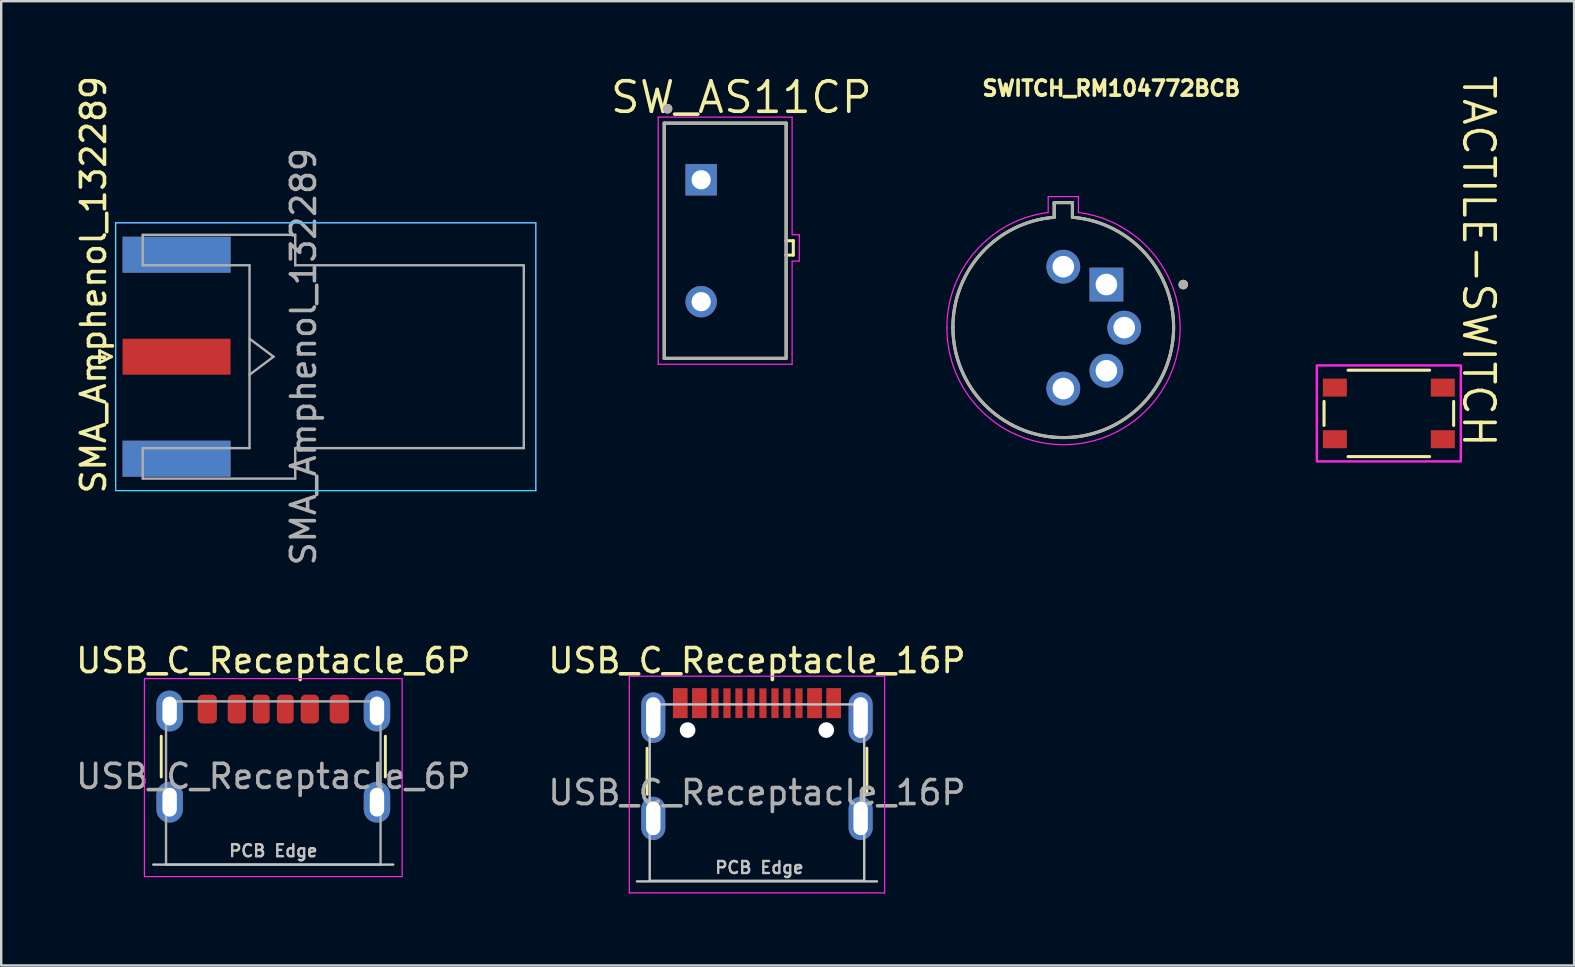
<source format=kicad_pcb>
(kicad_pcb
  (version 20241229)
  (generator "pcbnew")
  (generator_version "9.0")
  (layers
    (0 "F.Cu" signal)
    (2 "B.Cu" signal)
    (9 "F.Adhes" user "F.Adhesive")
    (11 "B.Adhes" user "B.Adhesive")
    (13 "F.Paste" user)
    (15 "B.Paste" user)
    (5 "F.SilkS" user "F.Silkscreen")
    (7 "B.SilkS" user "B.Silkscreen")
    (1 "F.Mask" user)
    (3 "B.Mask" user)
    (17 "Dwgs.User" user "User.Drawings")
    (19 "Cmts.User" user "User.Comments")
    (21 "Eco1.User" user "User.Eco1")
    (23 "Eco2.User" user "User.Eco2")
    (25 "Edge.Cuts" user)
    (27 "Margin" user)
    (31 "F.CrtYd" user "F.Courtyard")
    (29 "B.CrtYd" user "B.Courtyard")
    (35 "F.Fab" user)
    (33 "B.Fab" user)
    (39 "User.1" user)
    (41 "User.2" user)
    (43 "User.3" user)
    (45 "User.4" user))
  (footprint "SW_AS11CP"
    (layer "F.Cu")
    (at 27.169 6.981)
    (property "Reference" "SW_AS11CP" (at 0.675 -5.975 0) (layer "F.SilkS") (effects (font (size 1.27 1.27) (thickness 0.15))))
    (attr through_hole)
    (fp_line (start -2.54 -4.9) (end 2.54 -4.9) (stroke (width 0.127) (type solid)) (layer "F.SilkS"))
    (fp_line (start -2.54 4.9) (end -2.54 -4.9) (stroke (width 0.127) (type solid)) (layer "F.SilkS"))
    (fp_line (start 2.54 -4.9) (end 2.54 0) (stroke (width 0.127) (type solid)) (layer "F.SilkS"))
    (fp_line (start 2.54 0) (end 2.54 0.6) (stroke (width 0.127) (type solid)) (layer "F.SilkS"))
    (fp_line (start 2.54 0) (end 2.84 0) (stroke (width 0.127) (type solid)) (layer "F.SilkS"))
    (fp_line (start 2.54 0.6) (end 2.54 4.9) (stroke (width 0.127) (type solid)) (layer "F.SilkS"))
    (fp_line (start 2.54 4.9) (end -2.54 4.9) (stroke (width 0.127) (type solid)) (layer "F.SilkS"))
    (fp_line (start 2.84 0) (end 2.84 0.6) (stroke (width 0.127) (type solid)) (layer "F.SilkS"))
    (fp_line (start 2.84 0.6) (end 2.54 0.6) (stroke (width 0.127) (type solid)) (layer "F.SilkS"))
    (fp_circle (center -2.4 -5.5) (end -2.3 -5.5) (stroke (width 0.2) (type solid)) (fill no) (layer "F.SilkS"))
    (fp_line (start -2.79 -5.15) (end 2.79 -5.15) (stroke (width 0.05) (type solid)) (layer "F.CrtYd"))
    (fp_line (start -2.79 5.15) (end -2.79 -5.15) (stroke (width 0.05) (type solid)) (layer "F.CrtYd"))
    (fp_line (start 2.79 -5.15) (end 2.79 -0.25) (stroke (width 0.05) (type solid)) (layer "F.CrtYd"))
    (fp_line (start 2.79 -0.25) (end 3.09 -0.25) (stroke (width 0.05) (type solid)) (layer "F.CrtYd"))
    (fp_line (start 2.79 0.85) (end 2.79 5.15) (stroke (width 0.05) (type solid)) (layer "F.CrtYd"))
    (fp_line (start 2.79 5.15) (end -2.79 5.15) (stroke (width 0.05) (type solid)) (layer "F.CrtYd"))
    (fp_line (start 3.09 -0.25) (end 3.09 0.85) (stroke (width 0.05) (type solid)) (layer "F.CrtYd"))
    (fp_line (start 3.09 0.85) (end 2.79 0.85) (stroke (width 0.05) (type solid)) (layer "F.CrtYd"))
    (fp_line (start -2.54 -4.9) (end 2.54 -4.9) (stroke (width 0.127) (type solid)) (layer "F.Fab"))
    (fp_line (start -2.54 4.9) (end -2.54 -4.9) (stroke (width 0.127) (type solid)) (layer "F.Fab"))
    (fp_line (start 2.54 -4.9) (end 2.54 4.9) (stroke (width 0.127) (type solid)) (layer "F.Fab"))
    (fp_line (start 2.54 4.9) (end -2.54 4.9) (stroke (width 0.127) (type solid)) (layer "F.Fab"))
    (fp_circle (center -2.4 -5.5) (end -2.3 -5.5) (stroke (width 0.2) (type solid)) (fill no) (layer "F.Fab"))
    (pad "1" thru_hole rect (at -1 -2.54) (size 1.308 1.308) (drill 0.8) (layers "*.Cu" "*.Mask"))
    (pad "3" thru_hole circle (at -1 2.54) (size 1.308 1.308) (drill 0.8) (layers "*.Cu" "*.Mask")))
  (footprint "TACTILE-SWITCH"
    (layer "F.Cu")
    (at 54.826 14.178)
    (property "Reference" "TACTILE-SWITCH" (at 3 1.5 270) (unlocked yes) (layer "F.SilkS") (effects (font (size 1.27 1.27) (thickness 0.15)) (justify right bottom)))
    (fp_line (start -2.7 -0.5) (end -2.7 0.5) (stroke (width 0.127) (type solid)) (layer "F.SilkS"))
    (fp_line (start -1.7 -1.8) (end 1.7 -1.8) (stroke (width 0.127) (type solid)) (layer "F.SilkS"))
    (fp_line (start -1.7 1.8) (end 1.7 1.8) (stroke (width 0.127) (type solid)) (layer "F.SilkS"))
    (fp_line (start 2.7 -0.5) (end 2.7 0.5) (stroke (width 0.127) (type solid)) (layer "F.SilkS"))
    (fp_rect (start -3 -2) (end 3 2) (stroke (width 0.1) (type default)) (fill no) (layer "F.CrtYd"))
    (pad "1" smd rect (at -2.25 1.075) (size 1 0.75) (layers "F.Cu" "F.Mask" "F.Paste"))
    (pad "2" smd rect (at 2.25 1.075) (size 1 0.75) (layers "F.Cu" "F.Mask" "F.Paste"))
    (pad "3" smd rect (at -2.25 -1.075) (size 1 0.75) (layers "F.Cu" "F.Mask" "F.Paste"))
    (pad "4" smd rect (at 2.25 -1.075) (size 1 0.75) (layers "F.Cu" "F.Mask" "F.Paste")))
  (footprint "USB_C_Receptacle_16P"
    (layer "F.Cu")
    (at 28.494 29.979)
    (property "Reference" "USB_C_Receptacle_16P" (at 0 -5.5 0) (layer "F.SilkS") (effects (font (size 1 1) (thickness 0.15))))
    (attr smd)
    (fp_line (start -4.58 -1.85) (end -4.58 0.07) (stroke (width 0.12) (type solid)) (layer "F.SilkS"))
    (fp_line (start 4.58 0.07) (end 4.58 -1.85) (stroke (width 0.12) (type solid)) (layer "F.SilkS"))
    (fp_line (start -4.47 -3.675) (end -4.47 3.675) (stroke (width 0.1) (type solid)) (layer "Dwgs.User"))
    (fp_line (start -4.47 -3.675) (end 4.47 -3.675) (stroke (width 0.1) (type solid)) (layer "Dwgs.User"))
    (fp_line (start -4.47 3.675) (end 4.47 3.675) (stroke (width 0.1) (type solid)) (layer "Dwgs.User"))
    (fp_line (start 4.47 3.675) (end 4.47 -3.675) (stroke (width 0.1) (type solid)) (layer "Dwgs.User"))
    (fp_line (start 5 3.7) (end -5 3.7) (stroke (width 0.1) (type solid)) (layer "Dwgs.User"))
    (fp_line (start -5.32 -4.85) (end 5.32 -4.85) (stroke (width 0.05) (type solid)) (layer "F.CrtYd"))
    (fp_line (start -5.32 4.18) (end -5.32 -4.85) (stroke (width 0.05) (type solid)) (layer "F.CrtYd"))
    (fp_line (start 5.32 -4.85) (end 5.32 4.18) (stroke (width 0.05) (type solid)) (layer "F.CrtYd"))
    (fp_line (start 5.32 4.18) (end -5.32 4.18) (stroke (width 0.05) (type solid)) (layer "F.CrtYd"))
    (fp_text user "PCB Edge" (at 0.1 3.125 0) (unlocked yes) (layer "Dwgs.User") (effects (font (size 0.5 0.5) (thickness 0.1))))
    (fp_text user "${REFERENCE}" (at 0 0 0) (layer "F.Fab") (effects (font (size 1 1) (thickness 0.15))))
    (pad "" np_thru_hole circle (at -2.89 -2.605) (size 0.65 0.65) (drill 0.65) (layers "*.Cu" "*.Mask"))
    (pad "" np_thru_hole circle (at 2.89 -2.605) (size 0.65 0.65) (drill 0.65) (layers "*.Cu" "*.Mask"))
    (pad "A1" smd rect (at -3.2 -3.725) (size 0.6 1.24) (layers "F.Cu" "F.Mask" "F.Paste"))
    (pad "A4" smd rect (at -2.4 -3.725) (size 0.6 1.24) (layers "F.Cu" "F.Mask" "F.Paste"))
    (pad "A5" smd rect (at -1.25 -3.725) (size 0.3 1.24) (layers "F.Cu" "F.Mask" "F.Paste"))
    (pad "A6" smd rect (at -0.25 -3.725) (size 0.3 1.24) (layers "F.Cu" "F.Mask" "F.Paste"))
    (pad "A7" smd rect (at 0.25 -3.725) (size 0.3 1.24) (layers "F.Cu" "F.Mask" "F.Paste"))
    (pad "A8" smd rect (at 1.25 -3.725) (size 0.3 1.24) (layers "F.Cu" "F.Mask" "F.Paste"))
    (pad "A9" smd rect (at 2.4 -3.725) (size 0.6 1.24) (layers "F.Cu" "F.Mask" "F.Paste"))
    (pad "A12" smd rect (at 3.2 -3.725) (size 0.6 1.24) (layers "F.Cu" "F.Mask" "F.Paste"))
    (pad "B1" smd rect (at 3.2 -3.725) (size 0.6 1.24) (layers "F.Cu" "F.Mask" "F.Paste"))
    (pad "B4" smd rect (at 2.4 -3.725) (size 0.6 1.24) (layers "F.Cu" "F.Mask" "F.Paste"))
    (pad "B5" smd rect (at 1.75 -3.725) (size 0.3 1.24) (layers "F.Cu" "F.Mask" "F.Paste"))
    (pad "B6" smd rect (at 0.75 -3.725) (size 0.3 1.24) (layers "F.Cu" "F.Mask" "F.Paste"))
    (pad "B7" smd rect (at -0.75 -3.725) (size 0.3 1.24) (layers "F.Cu" "F.Mask" "F.Paste"))
    (pad "B8" smd rect (at -1.75 -3.725) (size 0.3 1.24) (layers "F.Cu" "F.Mask" "F.Paste"))
    (pad "B9" smd rect (at -2.4 -3.725) (size 0.6 1.24) (layers "F.Cu" "F.Mask" "F.Paste"))
    (pad "B12" smd rect (at -3.2 -3.725) (size 0.6 1.24) (layers "F.Cu" "F.Mask" "F.Paste"))
    (pad "S1" thru_hole oval (at -4.32 -3.125) (size 1 2.1) (drill oval 0.6 1.7) (layers "*.Cu" "*.Mask"))
    (pad "S1" thru_hole oval (at -4.32 1.075) (size 1 1.8) (drill oval 0.6 1.4) (layers "*.Cu" "*.Mask"))
    (pad "S1" thru_hole oval (at 4.32 -3.125) (size 1 2.1) (drill oval 0.6 1.7) (layers "*.Cu" "*.Mask"))
    (pad "S1" thru_hole oval (at 4.32 1.075) (size 1 1.8) (drill oval 0.6 1.4) (layers "*.Cu" "*.Mask")))
  (footprint "USB_C_Receptacle_6P"
    (layer "F.Cu")
    (at 8.339 29.579)
    (property "Reference" "USB_C_Receptacle_6P" (at 0 -5.1 0) (unlocked yes) (layer "F.SilkS") (effects (font (size 1 1) (thickness 0.15))))
    (attr smd)
    (fp_line (start -4.67 -0.25) (end -4.67 -1.95) (stroke (width 0.12) (type solid)) (layer "F.SilkS"))
    (fp_line (start 4.67 -0.25) (end 4.67 -1.95) (stroke (width 0.12) (type solid)) (layer "F.SilkS"))
    (fp_line (start 5 3.4) (end -5 3.4) (stroke (width 0.1) (type solid)) (layer "Dwgs.User"))
    (fp_rect (start -5.37 -4.35) (end 5.37 3.9) (stroke (width 0.05) (type solid)) (fill no) (layer "F.CrtYd"))
    (fp_rect (start -4.47 -3.4) (end 4.47 3.4) (stroke (width 0.1) (type solid)) (fill no) (layer "F.Fab"))
    (fp_text user "PCB Edge" (at 0 2.825 0) (unlocked yes) (layer "Dwgs.User") (effects (font (size 0.5 0.5) (thickness 0.1))))
    (fp_text user "${REFERENCE}" (at 0 -0.275 0) (unlocked yes) (layer "F.Fab") (effects (font (size 1 1) (thickness 0.15))))
    (pad "A5" smd roundrect (at -0.5 -3.08) (size 0.7 1.2) (layers "F.Cu" "F.Mask" "F.Paste") (roundrect_rratio 0.25))
    (pad "A9" smd roundrect (at 1.52 -3.08 180) (size 0.76 1.2) (layers "F.Cu" "F.Mask" "F.Paste") (roundrect_rratio 0.25))
    (pad "A12" smd roundrect (at 2.75 -3.08 180) (size 0.8 1.2) (layers "F.Cu" "F.Mask" "F.Paste") (roundrect_rratio 0.25))
    (pad "B5" smd roundrect (at 0.5 -3.08 180) (size 0.7 1.2) (layers "F.Cu" "F.Mask" "F.Paste") (roundrect_rratio 0.25))
    (pad "B9" smd roundrect (at -1.52 -3.08) (size 0.76 1.2) (layers "F.Cu" "F.Mask" "F.Paste") (roundrect_rratio 0.25))
    (pad "B12" smd roundrect (at -2.75 -3.08) (size 0.8 1.2) (layers "F.Cu" "F.Mask" "F.Paste") (roundrect_rratio 0.25))
    (pad "S1" thru_hole oval (at -4.32 -3) (size 1.1 1.7) (drill oval 0.6 1.2) (layers "*.Cu" "*.Mask" "F.Paste"))
    (pad "S1" thru_hole oval (at -4.32 0.8) (size 1.1 1.7) (drill oval 0.6 1.2) (layers "*.Cu" "*.Mask" "F.Paste"))
    (pad "S1" thru_hole oval (at 4.32 -3) (size 1.1 1.7) (drill oval 0.6 1.2) (layers "*.Cu" "*.Mask" "F.Paste"))
    (pad "S1" thru_hole oval (at 4.32 0.8) (size 1.1 1.7) (drill oval 0.6 1.2) (layers "*.Cu" "*.Mask" "F.Paste")))
  (footprint "SWITCH_RM104772BCB"
    (layer "F.Cu")
    (at 41.26 10.604)
    (property "Reference" "SWITCH_RM104772BCB" (at 2 -9.972 0) (layer "F.SilkS") (effects (font (size 0.63 0.63) (thickness 0.15))))
    (attr through_hole)
    (fp_line (start -0.38 -5.21) (end 0.38 -5.21) (stroke (width 0.127) (type solid)) (layer "F.SilkS"))
    (fp_line (start -0.38 -4.6) (end -0.38 -5.21) (stroke (width 0.127) (type solid)) (layer "F.SilkS"))
    (fp_line (start 0.38 -5.21) (end 0.38 -4.6) (stroke (width 0.127) (type solid)) (layer "F.SilkS"))
    (fp_arc (start -4.6 0) (mid -3.391926 -3.127419) (end -0.38 -4.6) (stroke (width 0.127) (type solid)) (layer "F.SilkS"))
    (fp_arc (start 0.38 -4.6) (mid 3.119005 3.360965) (end -4.6 0) (stroke (width 0.127) (type solid)) (layer "F.SilkS"))
    (fp_circle (center 5 -1.796) (end 5.1 -1.796) (stroke (width 0.2) (type solid)) (fill no) (layer "F.SilkS"))
    (fp_line (start -0.63 -5.46) (end -0.63 -4.8) (stroke (width 0.05) (type solid)) (layer "F.CrtYd"))
    (fp_line (start -0.63 -5.46) (end 0.63 -5.46) (stroke (width 0.05) (type solid)) (layer "F.CrtYd"))
    (fp_line (start 0.63 -5.46) (end 0.63 -4.8) (stroke (width 0.05) (type solid)) (layer "F.CrtYd"))
    (fp_arc (start -4.85 0.000001) (mid -3.647782 -3.198091) (end -0.63 -4.8) (stroke (width 0.05) (type solid)) (layer "F.CrtYd"))
    (fp_arc (start 0.63 -4.8) (mid 3.210052 3.673726) (end -4.85 0) (stroke (width 0.05) (type solid)) (layer "F.CrtYd"))
    (fp_line (start -0.38 -5.21) (end 0.38 -5.21) (stroke (width 0.127) (type solid)) (layer "F.Fab"))
    (fp_line (start -0.38 -4.6) (end -0.38 -5.21) (stroke (width 0.127) (type solid)) (layer "F.Fab"))
    (fp_line (start 0.38 -5.21) (end 0.38 -4.6) (stroke (width 0.127) (type solid)) (layer "F.Fab"))
    (fp_arc (start -4.6 0) (mid -3.391926 -3.127419) (end -0.38 -4.6) (stroke (width 0.127) (type solid)) (layer "F.Fab"))
    (fp_arc (start 0.38 -4.6) (mid 3.119005 3.360965) (end -4.6 0) (stroke (width 0.127) (type solid)) (layer "F.Fab"))
    (fp_circle (center 5 -1.796) (end 5.1 -1.796) (stroke (width 0.2) (type solid)) (fill no) (layer "F.Fab"))
    (pad "1" thru_hole rect (at 1.796 -1.796) (size 1.408 1.408) (drill 0.9) (layers "*.Cu" "*.Mask"))
    (pad "2" thru_hole circle (at 2.54 0) (size 1.408 1.408) (drill 0.9) (layers "*.Cu" "*.Mask"))
    (pad "3" thru_hole circle (at 1.796 1.796) (size 1.408 1.408) (drill 0.9) (layers "*.Cu" "*.Mask"))
    (pad "4" thru_hole circle (at 0 2.54) (size 1.408 1.408) (drill 0.9) (layers "*.Cu" "*.Mask"))
    (pad "5" thru_hole circle (at 0 -2.54) (size 1.408 1.408) (drill 0.9) (layers "*.Cu" "*.Mask")))
  (footprint "SMA_Amphenol_132289"
    (layer "F.Cu")
    (at 4.808 11.815)
    (property "Reference" "SMA_Amphenol_132289" (at -3.96 -3 90) (layer "F.SilkS") (effects (font (size 1 1) (thickness 0.15))))
    (attr smd)
    (fp_line (start -3.71 -0.25) (end -3.71 0.25) (stroke (width 0.12) (type solid)) (layer "F.SilkS"))
    (fp_line (start -3.71 0.25) (end -3.21 0) (stroke (width 0.12) (type solid)) (layer "F.SilkS"))
    (fp_line (start -3.21 0) (end -3.71 -0.25) (stroke (width 0.12) (type solid)) (layer "F.SilkS"))
    (fp_line (start -3.04 5.58) (end -3.04 -5.58) (stroke (width 0.05) (type solid)) (layer "B.CrtYd"))
    (fp_line (start 14.47 -5.58) (end -3.04 -5.58) (stroke (width 0.05) (type solid)) (layer "B.CrtYd"))
    (fp_line (start 14.47 -5.58) (end 14.47 5.58) (stroke (width 0.05) (type solid)) (layer "B.CrtYd"))
    (fp_line (start 14.47 5.58) (end -3.04 5.58) (stroke (width 0.05) (type solid)) (layer "B.CrtYd"))
    (fp_line (start -3.04 5.58) (end -3.04 -5.58) (stroke (width 0.05) (type solid)) (layer "F.CrtYd"))
    (fp_line (start 14.47 -5.58) (end -3.04 -5.58) (stroke (width 0.05) (type solid)) (layer "F.CrtYd"))
    (fp_line (start 14.47 -5.58) (end 14.47 5.58) (stroke (width 0.05) (type solid)) (layer "F.CrtYd"))
    (fp_line (start 14.47 5.58) (end -3.04 5.58) (stroke (width 0.05) (type solid)) (layer "F.CrtYd"))
    (fp_line (start -1.91 -5.08) (end -1.91 -3.81) (stroke (width 0.1) (type solid)) (layer "F.Fab"))
    (fp_line (start -1.91 -5.08) (end 4.445 -5.08) (stroke (width 0.1) (type solid)) (layer "F.Fab"))
    (fp_line (start -1.91 -3.81) (end 2.54 -3.81) (stroke (width 0.1) (type solid)) (layer "F.Fab"))
    (fp_line (start -1.91 3.81) (end -1.91 5.08) (stroke (width 0.1) (type solid)) (layer "F.Fab"))
    (fp_line (start -1.91 5.08) (end 4.445 5.08) (stroke (width 0.1) (type solid)) (layer "F.Fab"))
    (fp_line (start 2.54 -3.81) (end 2.54 3.81) (stroke (width 0.1) (type solid)) (layer "F.Fab"))
    (fp_line (start 2.54 -0.75) (end 3.54 0) (stroke (width 0.1) (type solid)) (layer "F.Fab"))
    (fp_line (start 2.54 3.81) (end -1.91 3.81) (stroke (width 0.1) (type solid)) (layer "F.Fab"))
    (fp_line (start 3.54 0) (end 2.54 0.75) (stroke (width 0.1) (type solid)) (layer "F.Fab"))
    (fp_line (start 4.445 -3.81) (end 4.445 -5.08) (stroke (width 0.1) (type solid)) (layer "F.Fab"))
    (fp_line (start 4.445 -3.81) (end 13.97 -3.81) (stroke (width 0.1) (type solid)) (layer "F.Fab"))
    (fp_line (start 4.445 5.08) (end 4.445 3.81) (stroke (width 0.1) (type solid)) (layer "F.Fab"))
    (fp_line (start 13.97 -3.81) (end 13.97 3.81) (stroke (width 0.1) (type solid)) (layer "F.Fab"))
    (fp_line (start 13.97 3.81) (end 4.445 3.81) (stroke (width 0.1) (type solid)) (layer "F.Fab"))
    (fp_text user "${REFERENCE}" (at 4.79 0 270) (layer "F.Fab") (effects (font (size 1 1) (thickness 0.15))))
    (pad "1" smd rect (at -0.5 0 90) (size 1.5 4.5) (layers "F.Cu" "F.Mask" "F.Paste"))
    (pad "2" smd rect (at -0.5 -4.25 90) (size 1.5 4.5) (layers "F.Cu" "F.Mask" "F.Paste"))
    (pad "2" smd rect (at -0.5 -4.25 90) (size 1.5 4.5) (layers "B.Cu" "B.Mask" "B.Paste"))
    (pad "2" smd rect (at -0.5 4.25 90) (size 1.5 4.5) (layers "F.Cu" "F.Mask" "F.Paste"))
    (pad "2" smd rect (at -0.5 4.25 90) (size 1.5 4.5) (layers "B.Cu" "B.Mask" "B.Paste")))
  (gr_rect
    (start -3 -3)
    (end 62.546 37.184)
    (stroke (width 0.1) (type default))
    (fill no)
    (layer "Edge.Cuts")))
</source>
